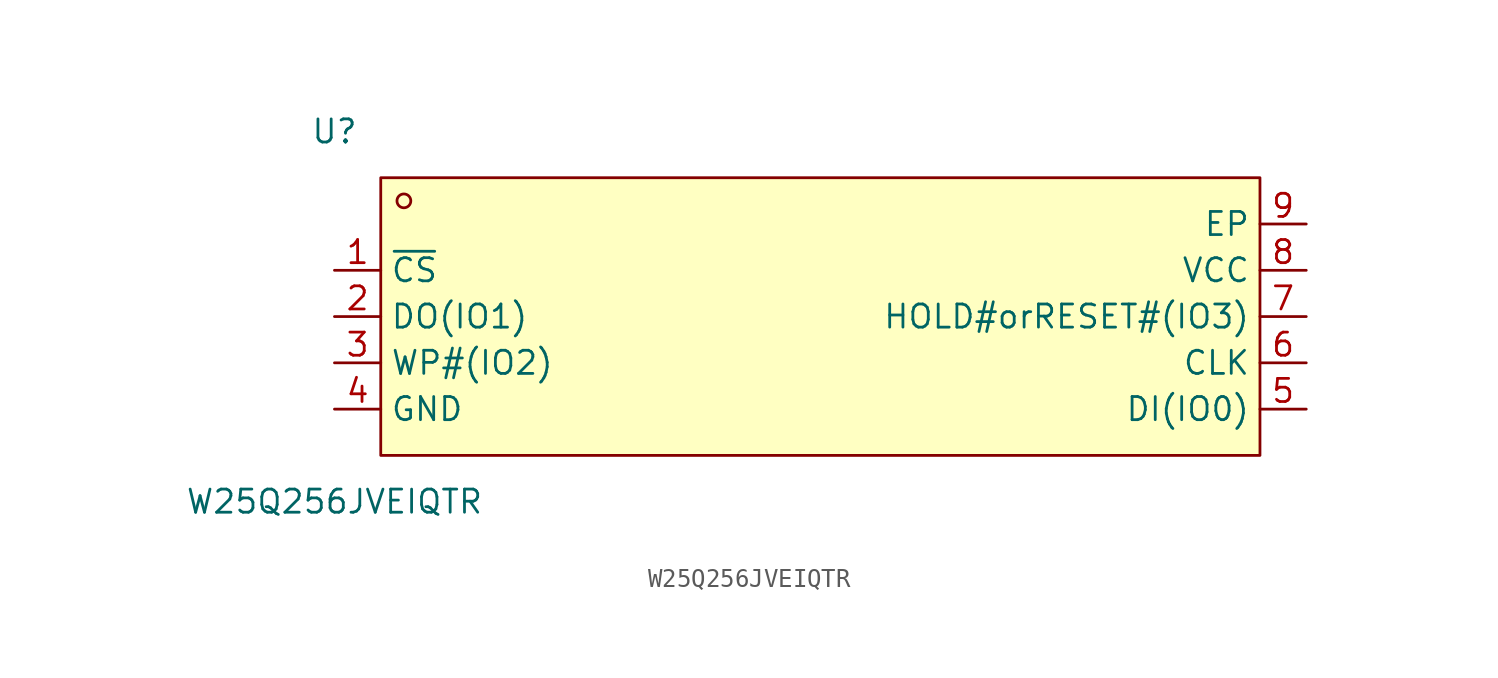
<source format=kicad_sym>
(kicad_symbol_lib
  (version 20211014)
  (generator https://github.com/uPesy/easyeda2kicad.py)
  (symbol "W25Q256JVEIQTR"
    (property "Reference" "U"
      (at 0 2.54 0)
      (effects (font (size 1.27 1.27))))
    (property "Value" "W25Q256JVEIQTR"
      (at 0 -17.78 0)
      (effects (font (size 1.27 1.27))))
    (symbol "W25Q256JVEIQTR_0_1"
      (rectangle (start 2.54 -0.00) (end 50.80 -15.24) (stroke (width 0) (type default) (color 0 0 0 0)) (fill (type background)))
      (circle (center 3.81 -1.27) (radius 0.38) (stroke (width 0) (type default) (color 0 0 0 0)) (fill (type none)))
      (pin unspecified line (at 0.00 -5.08 0) (length 2.54) (name "~{CS}" (effects (font (size 1.27 1.27)))) (number "1" (effects (font (size 1.27 1.27)))))
      (pin unspecified line (at 0.00 -7.62 0) (length 2.54) (name "DO(IO1)" (effects (font (size 1.27 1.27)))) (number "2" (effects (font (size 1.27 1.27)))))
      (pin unspecified line (at 0.00 -10.16 0) (length 2.54) (name "WP#(IO2)" (effects (font (size 1.27 1.27)))) (number "3" (effects (font (size 1.27 1.27)))))
      (pin unspecified line (at 0.00 -12.70 0) (length 2.54) (name "GND" (effects (font (size 1.27 1.27)))) (number "4" (effects (font (size 1.27 1.27)))))
      (pin unspecified line (at 53.34 -12.70 180) (length 2.54) (name "DI(IO0)" (effects (font (size 1.27 1.27)))) (number "5" (effects (font (size 1.27 1.27)))))
      (pin unspecified line (at 53.34 -10.16 180) (length 2.54) (name "CLK" (effects (font (size 1.27 1.27)))) (number "6" (effects (font (size 1.27 1.27)))))
      (pin unspecified line (at 53.34 -7.62 180) (length 2.54) (name "HOLD#orRESET#(IO3)" (effects (font (size 1.27 1.27)))) (number "7" (effects (font (size 1.27 1.27)))))
      (pin unspecified line (at 53.34 -5.08 180) (length 2.54) (name "VCC" (effects (font (size 1.27 1.27)))) (number "8" (effects (font (size 1.27 1.27)))))
      (pin unspecified line (at 53.34 -2.54 180) (length 2.54) (name "EP" (effects (font (size 1.27 1.27)))) (number "9" (effects (font (size 1.27 1.27))))))))
</source>
